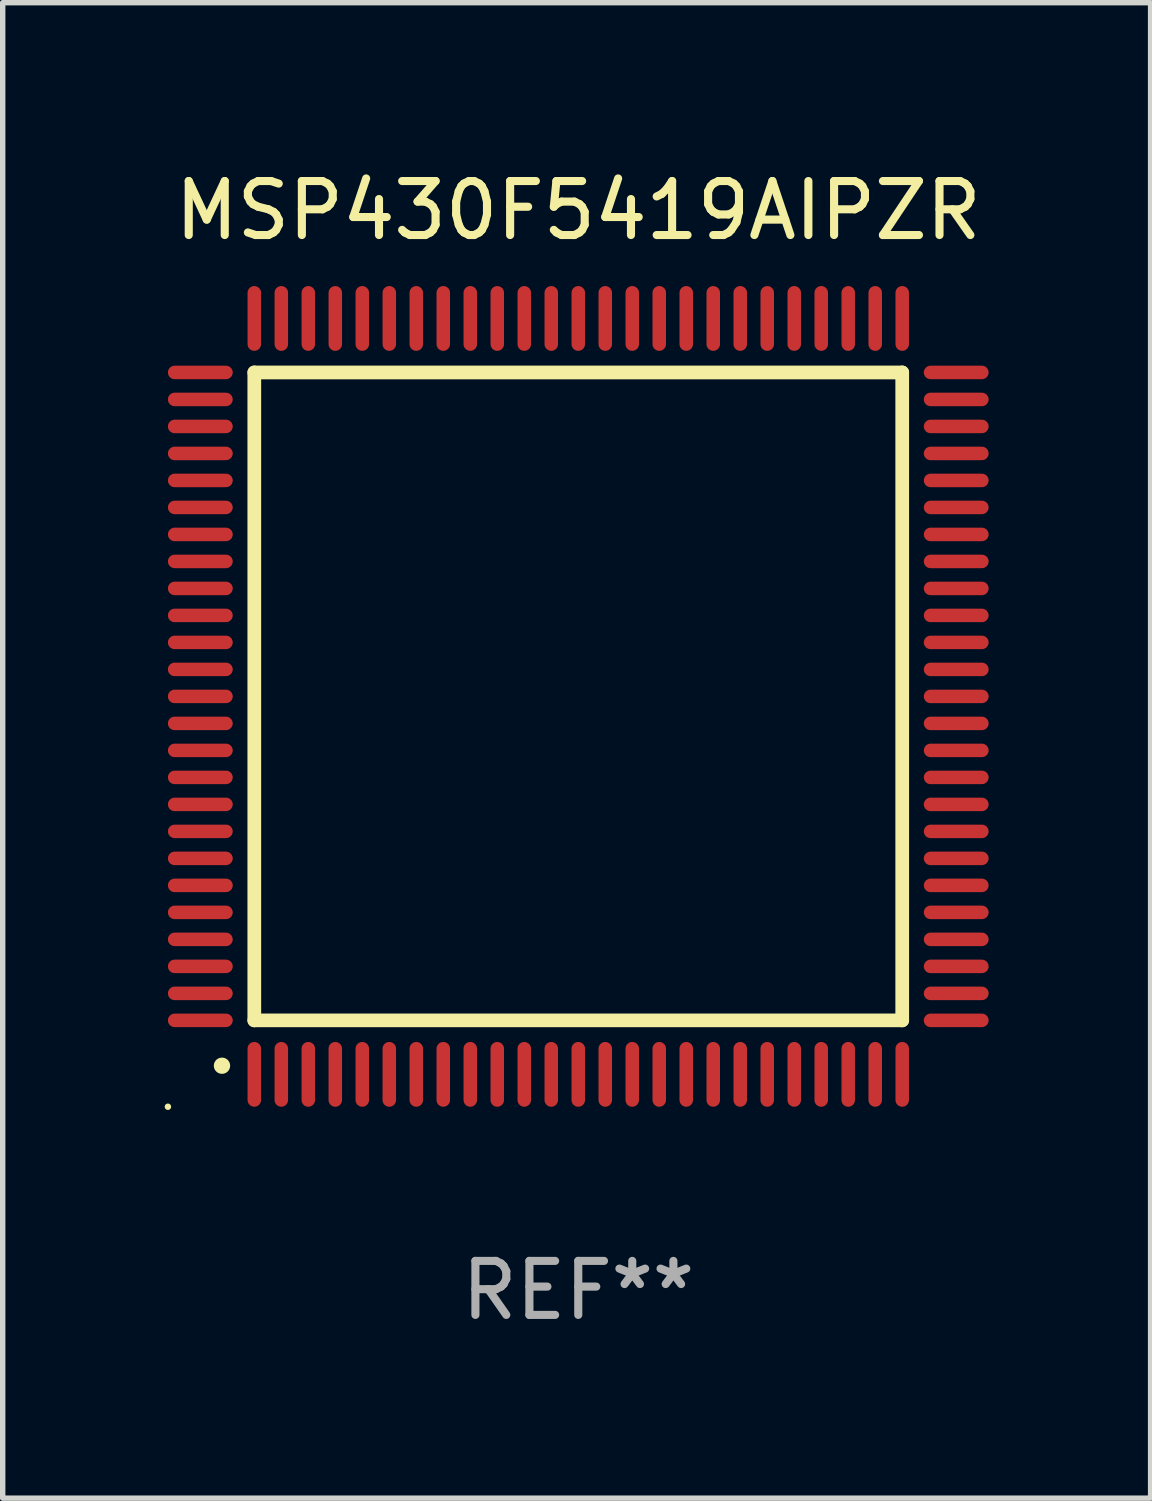
<source format=kicad_pcb>
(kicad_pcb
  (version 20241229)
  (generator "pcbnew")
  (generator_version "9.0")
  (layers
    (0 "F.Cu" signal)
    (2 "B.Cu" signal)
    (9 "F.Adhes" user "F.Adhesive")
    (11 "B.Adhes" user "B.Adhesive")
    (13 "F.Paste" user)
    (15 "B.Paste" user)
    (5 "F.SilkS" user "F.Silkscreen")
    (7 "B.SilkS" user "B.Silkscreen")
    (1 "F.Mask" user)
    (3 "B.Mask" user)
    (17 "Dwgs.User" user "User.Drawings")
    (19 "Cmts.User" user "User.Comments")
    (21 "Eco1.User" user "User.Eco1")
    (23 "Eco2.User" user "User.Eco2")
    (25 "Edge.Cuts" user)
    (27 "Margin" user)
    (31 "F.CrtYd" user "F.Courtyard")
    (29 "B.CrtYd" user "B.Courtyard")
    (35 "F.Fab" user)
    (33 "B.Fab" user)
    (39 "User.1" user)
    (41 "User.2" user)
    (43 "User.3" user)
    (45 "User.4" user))
  (footprint "MSP430F5419AIPZR"
    (layer "F.Cu")
    (at 7.66 9.848)
    (property "Reference" "MSP430F5419AIPZR" (at 0 -9 0) (layer "F.SilkS") (effects (font (size 1 1) (thickness 0.15))))
    (attr through_hole)
    (fp_line (start -6 -6) (end 6 -6) (stroke (width 0.254) (type solid)) (layer "F.SilkS"))
    (fp_line (start -6 6) (end -6 -6) (stroke (width 0.254) (type solid)) (layer "F.SilkS"))
    (fp_line (start 6 -6) (end 6 6) (stroke (width 0.254) (type solid)) (layer "F.SilkS"))
    (fp_line (start 6 6) (end -6 6) (stroke (width 0.254) (type solid)) (layer "F.SilkS"))
    (fp_arc (start -6.600025 6.840005) (mid -6.598755 6.84) (end -6.597485 6.840005) (stroke (width 0.3) (type solid)) (layer "F.SilkS"))
    (fp_circle (center -7.6 7.6) (end -7.57 7.6) (stroke (width 0.06) (type solid)) (fill no) (layer "F.SilkS"))
    (fp_text user "REF**" (at 0 11 0) (layer "F.Fab") (effects (font (size 1 1) (thickness 0.15))))
    (pad "1" smd oval (at -6 7 180) (size 0.25 1.2) (layers "F.Cu" "F.Mask" "F.Paste"))
    (pad "2" smd oval (at -5.5 7 180) (size 0.25 1.2) (layers "F.Cu" "F.Mask" "F.Paste"))
    (pad "3" smd oval (at -5 7 180) (size 0.25 1.2) (layers "F.Cu" "F.Mask" "F.Paste"))
    (pad "4" smd oval (at -4.5 7 180) (size 0.25 1.2) (layers "F.Cu" "F.Mask" "F.Paste"))
    (pad "5" smd oval (at -4 7 180) (size 0.25 1.2) (layers "F.Cu" "F.Mask" "F.Paste"))
    (pad "6" smd oval (at -3.5 7 180) (size 0.25 1.2) (layers "F.Cu" "F.Mask" "F.Paste"))
    (pad "7" smd oval (at -3 7 180) (size 0.25 1.2) (layers "F.Cu" "F.Mask" "F.Paste"))
    (pad "8" smd oval (at -2.5 7 180) (size 0.25 1.2) (layers "F.Cu" "F.Mask" "F.Paste"))
    (pad "9" smd oval (at -2 7 180) (size 0.25 1.2) (layers "F.Cu" "F.Mask" "F.Paste"))
    (pad "10" smd oval (at -1.5 7 180) (size 0.25 1.2) (layers "F.Cu" "F.Mask" "F.Paste"))
    (pad "11" smd oval (at -1 7 180) (size 0.25 1.2) (layers "F.Cu" "F.Mask" "F.Paste"))
    (pad "12" smd oval (at -0.5 7 180) (size 0.25 1.2) (layers "F.Cu" "F.Mask" "F.Paste"))
    (pad "13" smd oval (at 0 7 180) (size 0.25 1.2) (layers "F.Cu" "F.Mask" "F.Paste"))
    (pad "14" smd oval (at 0.5 7 180) (size 0.25 1.2) (layers "F.Cu" "F.Mask" "F.Paste"))
    (pad "15" smd oval (at 1 7 180) (size 0.25 1.2) (layers "F.Cu" "F.Mask" "F.Paste"))
    (pad "16" smd oval (at 1.5 7 180) (size 0.25 1.2) (layers "F.Cu" "F.Mask" "F.Paste"))
    (pad "17" smd oval (at 2 7 180) (size 0.25 1.2) (layers "F.Cu" "F.Mask" "F.Paste"))
    (pad "18" smd oval (at 2.5 7 180) (size 0.25 1.2) (layers "F.Cu" "F.Mask" "F.Paste"))
    (pad "19" smd oval (at 3 7 180) (size 0.25 1.2) (layers "F.Cu" "F.Mask" "F.Paste"))
    (pad "20" smd oval (at 3.5 7 180) (size 0.25 1.2) (layers "F.Cu" "F.Mask" "F.Paste"))
    (pad "21" smd oval (at 4 7 180) (size 0.25 1.2) (layers "F.Cu" "F.Mask" "F.Paste"))
    (pad "22" smd oval (at 4.5 7 180) (size 0.25 1.2) (layers "F.Cu" "F.Mask" "F.Paste"))
    (pad "23" smd oval (at 5 7 180) (size 0.25 1.2) (layers "F.Cu" "F.Mask" "F.Paste"))
    (pad "24" smd oval (at 5.5 7 180) (size 0.25 1.2) (layers "F.Cu" "F.Mask" "F.Paste"))
    (pad "25" smd oval (at 6 7 180) (size 0.25 1.2) (layers "F.Cu" "F.Mask" "F.Paste"))
    (pad "26" smd oval (at 7 6 90) (size 0.25 1.2) (layers "F.Cu" "F.Mask" "F.Paste"))
    (pad "27" smd oval (at 7 5.5 90) (size 0.25 1.2) (layers "F.Cu" "F.Mask" "F.Paste"))
    (pad "28" smd oval (at 7 5 90) (size 0.25 1.2) (layers "F.Cu" "F.Mask" "F.Paste"))
    (pad "29" smd oval (at 7 4.5 90) (size 0.25 1.2) (layers "F.Cu" "F.Mask" "F.Paste"))
    (pad "30" smd oval (at 7 4 90) (size 0.25 1.2) (layers "F.Cu" "F.Mask" "F.Paste"))
    (pad "31" smd oval (at 7 3.5 90) (size 0.25 1.2) (layers "F.Cu" "F.Mask" "F.Paste"))
    (pad "32" smd oval (at 7 3 90) (size 0.25 1.2) (layers "F.Cu" "F.Mask" "F.Paste"))
    (pad "33" smd oval (at 7 2.5 90) (size 0.25 1.2) (layers "F.Cu" "F.Mask" "F.Paste"))
    (pad "34" smd oval (at 7 2 90) (size 0.25 1.2) (layers "F.Cu" "F.Mask" "F.Paste"))
    (pad "35" smd oval (at 7 1.5 90) (size 0.25 1.2) (layers "F.Cu" "F.Mask" "F.Paste"))
    (pad "36" smd oval (at 7 1 90) (size 0.25 1.2) (layers "F.Cu" "F.Mask" "F.Paste"))
    (pad "37" smd oval (at 7 0.5 90) (size 0.25 1.2) (layers "F.Cu" "F.Mask" "F.Paste"))
    (pad "38" smd oval (at 7 0 90) (size 0.25 1.2) (layers "F.Cu" "F.Mask" "F.Paste"))
    (pad "39" smd oval (at 7 -0.5 90) (size 0.25 1.2) (layers "F.Cu" "F.Mask" "F.Paste"))
    (pad "40" smd oval (at 7 -1 90) (size 0.25 1.2) (layers "F.Cu" "F.Mask" "F.Paste"))
    (pad "41" smd oval (at 7 -1.5 90) (size 0.25 1.2) (layers "F.Cu" "F.Mask" "F.Paste"))
    (pad "42" smd oval (at 7 -2 90) (size 0.25 1.2) (layers "F.Cu" "F.Mask" "F.Paste"))
    (pad "43" smd oval (at 7 -2.5 90) (size 0.25 1.2) (layers "F.Cu" "F.Mask" "F.Paste"))
    (pad "44" smd oval (at 7 -3 90) (size 0.25 1.2) (layers "F.Cu" "F.Mask" "F.Paste"))
    (pad "45" smd oval (at 7 -3.5 90) (size 0.25 1.2) (layers "F.Cu" "F.Mask" "F.Paste"))
    (pad "46" smd oval (at 7 -4 90) (size 0.25 1.2) (layers "F.Cu" "F.Mask" "F.Paste"))
    (pad "47" smd oval (at 7 -4.5 90) (size 0.25 1.2) (layers "F.Cu" "F.Mask" "F.Paste"))
    (pad "48" smd oval (at 7 -5 90) (size 0.25 1.2) (layers "F.Cu" "F.Mask" "F.Paste"))
    (pad "49" smd oval (at 7 -5.5 90) (size 0.25 1.2) (layers "F.Cu" "F.Mask" "F.Paste"))
    (pad "50" smd oval (at 7 -6 90) (size 0.25 1.2) (layers "F.Cu" "F.Mask" "F.Paste"))
    (pad "51" smd oval (at 6 -7 180) (size 0.25 1.2) (layers "F.Cu" "F.Mask" "F.Paste"))
    (pad "52" smd oval (at 5.5 -7 180) (size 0.25 1.2) (layers "F.Cu" "F.Mask" "F.Paste"))
    (pad "53" smd oval (at 5 -7 180) (size 0.25 1.2) (layers "F.Cu" "F.Mask" "F.Paste"))
    (pad "54" smd oval (at 4.5 -7 180) (size 0.25 1.2) (layers "F.Cu" "F.Mask" "F.Paste"))
    (pad "55" smd oval (at 4 -7 180) (size 0.25 1.2) (layers "F.Cu" "F.Mask" "F.Paste"))
    (pad "56" smd oval (at 3.5 -7 180) (size 0.25 1.2) (layers "F.Cu" "F.Mask" "F.Paste"))
    (pad "57" smd oval (at 3 -7 180) (size 0.25 1.2) (layers "F.Cu" "F.Mask" "F.Paste"))
    (pad "58" smd oval (at 2.5 -7 180) (size 0.25 1.2) (layers "F.Cu" "F.Mask" "F.Paste"))
    (pad "59" smd oval (at 2 -7 180) (size 0.25 1.2) (layers "F.Cu" "F.Mask" "F.Paste"))
    (pad "60" smd oval (at 1.5 -7 180) (size 0.25 1.2) (layers "F.Cu" "F.Mask" "F.Paste"))
    (pad "61" smd oval (at 1 -7 180) (size 0.25 1.2) (layers "F.Cu" "F.Mask" "F.Paste"))
    (pad "62" smd oval (at 0.5 -7 180) (size 0.25 1.2) (layers "F.Cu" "F.Mask" "F.Paste"))
    (pad "63" smd oval (at 0 -7 180) (size 0.25 1.2) (layers "F.Cu" "F.Mask" "F.Paste"))
    (pad "64" smd oval (at -0.5 -7 180) (size 0.25 1.2) (layers "F.Cu" "F.Mask" "F.Paste"))
    (pad "65" smd oval (at -1 -7 180) (size 0.25 1.2) (layers "F.Cu" "F.Mask" "F.Paste"))
    (pad "66" smd oval (at -1.5 -7 180) (size 0.25 1.2) (layers "F.Cu" "F.Mask" "F.Paste"))
    (pad "67" smd oval (at -2 -7 180) (size 0.25 1.2) (layers "F.Cu" "F.Mask" "F.Paste"))
    (pad "68" smd oval (at -2.5 -7 180) (size 0.25 1.2) (layers "F.Cu" "F.Mask" "F.Paste"))
    (pad "69" smd oval (at -3 -7 180) (size 0.25 1.2) (layers "F.Cu" "F.Mask" "F.Paste"))
    (pad "70" smd oval (at -3.5 -7 180) (size 0.25 1.2) (layers "F.Cu" "F.Mask" "F.Paste"))
    (pad "71" smd oval (at -4 -7 180) (size 0.25 1.2) (layers "F.Cu" "F.Mask" "F.Paste"))
    (pad "72" smd oval (at -4.5 -7 180) (size 0.25 1.2) (layers "F.Cu" "F.Mask" "F.Paste"))
    (pad "73" smd oval (at -5 -7 180) (size 0.25 1.2) (layers "F.Cu" "F.Mask" "F.Paste"))
    (pad "74" smd oval (at -5.5 -7 180) (size 0.25 1.2) (layers "F.Cu" "F.Mask" "F.Paste"))
    (pad "75" smd oval (at -6 -7 180) (size 0.25 1.2) (layers "F.Cu" "F.Mask" "F.Paste"))
    (pad "76" smd oval (at -7 -6 90) (size 0.25 1.2) (layers "F.Cu" "F.Mask" "F.Paste"))
    (pad "77" smd oval (at -7 -5.5 90) (size 0.25 1.2) (layers "F.Cu" "F.Mask" "F.Paste"))
    (pad "78" smd oval (at -7 -5 90) (size 0.25 1.2) (layers "F.Cu" "F.Mask" "F.Paste"))
    (pad "79" smd oval (at -7 -4.5 90) (size 0.25 1.2) (layers "F.Cu" "F.Mask" "F.Paste"))
    (pad "80" smd oval (at -7 -4 90) (size 0.25 1.2) (layers "F.Cu" "F.Mask" "F.Paste"))
    (pad "81" smd oval (at -7 -3.5 90) (size 0.25 1.2) (layers "F.Cu" "F.Mask" "F.Paste"))
    (pad "82" smd oval (at -7 -3 90) (size 0.25 1.2) (layers "F.Cu" "F.Mask" "F.Paste"))
    (pad "83" smd oval (at -7 -2.5 90) (size 0.25 1.2) (layers "F.Cu" "F.Mask" "F.Paste"))
    (pad "84" smd oval (at -7 -2 90) (size 0.25 1.2) (layers "F.Cu" "F.Mask" "F.Paste"))
    (pad "85" smd oval (at -7 -1.5 90) (size 0.25 1.2) (layers "F.Cu" "F.Mask" "F.Paste"))
    (pad "86" smd oval (at -7 -1 90) (size 0.25 1.2) (layers "F.Cu" "F.Mask" "F.Paste"))
    (pad "87" smd oval (at -7 -0.5 90) (size 0.25 1.2) (layers "F.Cu" "F.Mask" "F.Paste"))
    (pad "88" smd oval (at -7 0 90) (size 0.25 1.2) (layers "F.Cu" "F.Mask" "F.Paste"))
    (pad "89" smd oval (at -7 0.5 90) (size 0.25 1.2) (layers "F.Cu" "F.Mask" "F.Paste"))
    (pad "90" smd oval (at -7 1 90) (size 0.25 1.2) (layers "F.Cu" "F.Mask" "F.Paste"))
    (pad "91" smd oval (at -7 1.5 90) (size 0.25 1.2) (layers "F.Cu" "F.Mask" "F.Paste"))
    (pad "92" smd oval (at -7 2 90) (size 0.25 1.2) (layers "F.Cu" "F.Mask" "F.Paste"))
    (pad "93" smd oval (at -7 2.5 90) (size 0.25 1.2) (layers "F.Cu" "F.Mask" "F.Paste"))
    (pad "94" smd oval (at -7 3 90) (size 0.25 1.2) (layers "F.Cu" "F.Mask" "F.Paste"))
    (pad "95" smd oval (at -7 3.5 90) (size 0.25 1.2) (layers "F.Cu" "F.Mask" "F.Paste"))
    (pad "96" smd oval (at -7 4 90) (size 0.25 1.2) (layers "F.Cu" "F.Mask" "F.Paste"))
    (pad "97" smd oval (at -7 4.5 90) (size 0.25 1.2) (layers "F.Cu" "F.Mask" "F.Paste"))
    (pad "98" smd oval (at -7 5 90) (size 0.25 1.2) (layers "F.Cu" "F.Mask" "F.Paste"))
    (pad "99" smd oval (at -7 5.5 90) (size 0.25 1.2) (layers "F.Cu" "F.Mask" "F.Paste"))
    (pad "100" smd oval (at -7 6 90) (size 0.25 1.2) (layers "F.Cu" "F.Mask" "F.Paste")))
  (gr_rect
    (start -3 -3)
    (end 18.26 24.697)
    (stroke (width 0.1) (type default))
    (fill no)
    (layer "Edge.Cuts")))
</source>
